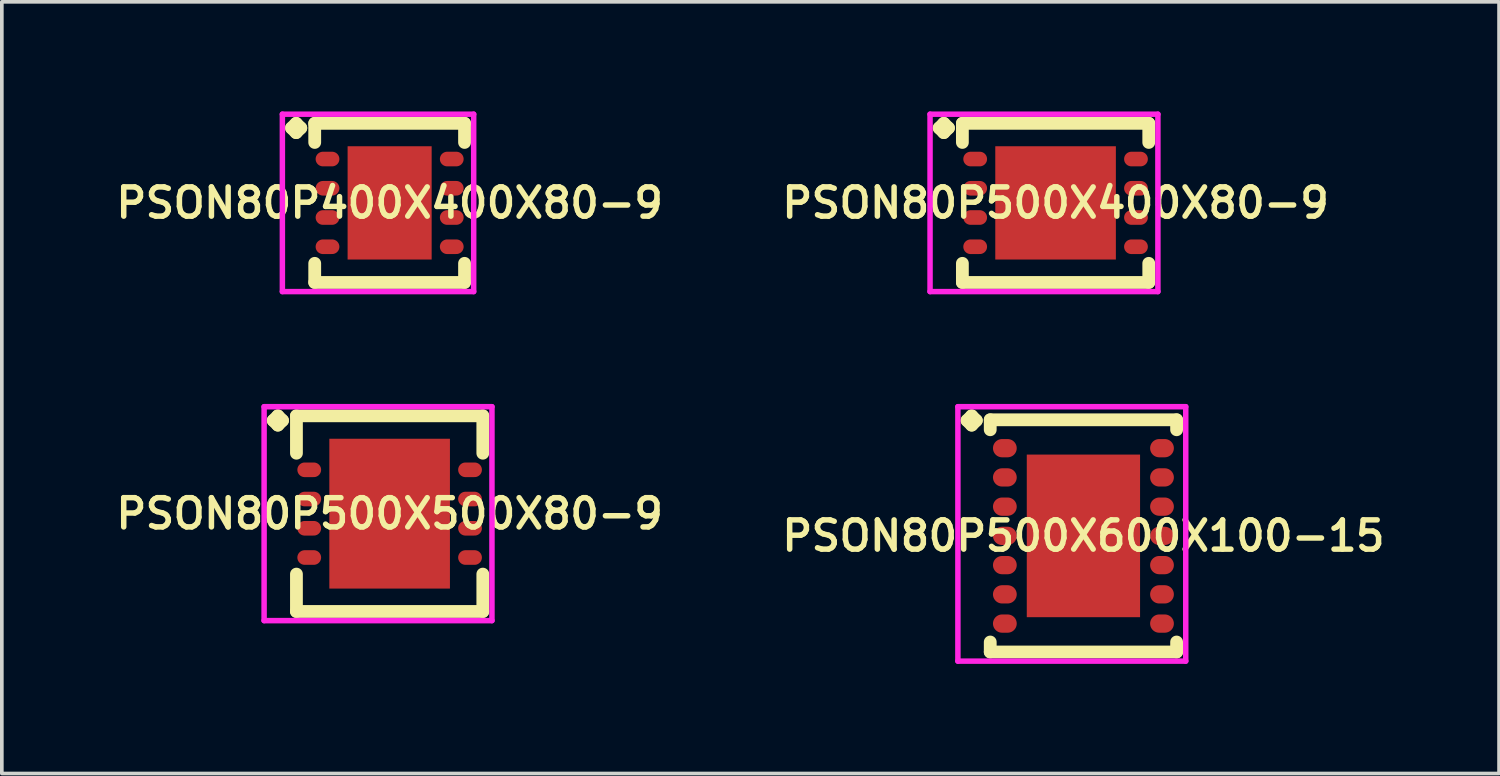
<source format=kicad_pcb>
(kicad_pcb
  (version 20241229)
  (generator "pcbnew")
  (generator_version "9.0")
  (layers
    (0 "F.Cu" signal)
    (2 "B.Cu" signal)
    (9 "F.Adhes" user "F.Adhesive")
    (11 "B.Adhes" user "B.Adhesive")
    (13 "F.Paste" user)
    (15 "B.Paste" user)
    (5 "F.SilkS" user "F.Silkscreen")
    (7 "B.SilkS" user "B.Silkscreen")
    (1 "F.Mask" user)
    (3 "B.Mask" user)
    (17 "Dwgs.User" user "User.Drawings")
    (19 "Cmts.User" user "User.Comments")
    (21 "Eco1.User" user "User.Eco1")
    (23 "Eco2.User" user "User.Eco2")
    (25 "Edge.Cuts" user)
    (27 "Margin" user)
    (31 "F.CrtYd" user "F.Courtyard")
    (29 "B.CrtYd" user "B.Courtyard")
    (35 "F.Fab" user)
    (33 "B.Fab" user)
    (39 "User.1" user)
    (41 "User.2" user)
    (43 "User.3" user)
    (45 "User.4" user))
  (footprint "PSON80P400X400X80-9"
    (layer "F.Cu")
    (at 7.612 2.502)
    (property "Reference" "PSON80P400X400X80-9" (at 0 0 0) (layer "F.SilkS") (effects (font (size 0.8 0.8) (thickness 0.15))))
    (attr smd)
    (fp_line (start -2.685 -2.05) (end -2.558 -2.177) (stroke (width 0.35) (type solid)) (layer "F.SilkS"))
    (fp_line (start -2.558 -2.177) (end -2.431 -2.05) (stroke (width 0.35) (type solid)) (layer "F.SilkS"))
    (fp_line (start -2.558 -1.923) (end -2.685 -2.05) (stroke (width 0.35) (type solid)) (layer "F.SilkS"))
    (fp_line (start -2.431 -2.05) (end -2.558 -1.923) (stroke (width 0.35) (type solid)) (layer "F.SilkS"))
    (fp_line (start -2.05 -2.177) (end 2.05 -2.177) (stroke (width 0.35) (type solid)) (layer "F.SilkS"))
    (fp_line (start -2.05 -1.654) (end -2.05 -2.177) (stroke (width 0.35) (type solid)) (layer "F.SilkS"))
    (fp_line (start -2.05 1.654) (end -2.05 2.177) (stroke (width 0.35) (type solid)) (layer "F.SilkS"))
    (fp_line (start -2.05 2.177) (end 2.05 2.177) (stroke (width 0.35) (type solid)) (layer "F.SilkS"))
    (fp_line (start 2.05 -2.177) (end 2.05 -1.654) (stroke (width 0.35) (type solid)) (layer "F.SilkS"))
    (fp_line (start 2.05 2.177) (end 2.05 1.654) (stroke (width 0.35) (type solid)) (layer "F.SilkS"))
    (fp_line (start -2.935 -2.427) (end 2.3 -2.427) (stroke (width 0.15) (type solid)) (layer "F.CrtYd"))
    (fp_line (start -2.935 2.427) (end -2.935 -2.427) (stroke (width 0.15) (type solid)) (layer "F.CrtYd"))
    (fp_line (start 2.3 -2.427) (end 2.3 2.427) (stroke (width 0.15) (type solid)) (layer "F.CrtYd"))
    (fp_line (start 2.3 2.427) (end -2.935 2.427) (stroke (width 0.15) (type solid)) (layer "F.CrtYd"))
    (pad "1" smd oval (at -1.7 -1.2) (size 0.65 0.4) (layers "F.Cu" "F.Mask" "F.Paste"))
    (pad "2" smd oval (at -1.7 -0.4) (size 0.65 0.4) (layers "F.Cu" "F.Mask" "F.Paste"))
    (pad "3" smd oval (at -1.7 0.4) (size 0.65 0.4) (layers "F.Cu" "F.Mask" "F.Paste"))
    (pad "4" smd oval (at -1.7 1.2) (size 0.65 0.4) (layers "F.Cu" "F.Mask" "F.Paste"))
    (pad "5" smd oval (at 1.7 1.2) (size 0.65 0.4) (layers "F.Cu" "F.Mask" "F.Paste"))
    (pad "6" smd oval (at 1.7 0.4) (size 0.65 0.4) (layers "F.Cu" "F.Mask" "F.Paste"))
    (pad "7" smd oval (at 1.7 -0.4) (size 0.65 0.4) (layers "F.Cu" "F.Mask" "F.Paste"))
    (pad "8" smd oval (at 1.7 -1.2) (size 0.65 0.4) (layers "F.Cu" "F.Mask" "F.Paste"))
    (pad "9" smd rect (at 0 0) (size 2.3 3.1) (layers "F.Cu" "F.Mask" "F.Paste")))
  (footprint "PSON80P500X400X80-9"
    (layer "F.Cu")
    (at 25.835 2.502)
    (property "Reference" "PSON80P500X400X80-9" (at 0 0 0) (layer "F.SilkS") (effects (font (size 0.8 0.8) (thickness 0.15))))
    (attr smd)
    (fp_line (start -3.185 -2.05) (end -3.058 -2.177) (stroke (width 0.35) (type solid)) (layer "F.SilkS"))
    (fp_line (start -3.058 -2.177) (end -2.931 -2.05) (stroke (width 0.35) (type solid)) (layer "F.SilkS"))
    (fp_line (start -3.058 -1.923) (end -3.185 -2.05) (stroke (width 0.35) (type solid)) (layer "F.SilkS"))
    (fp_line (start -2.931 -2.05) (end -3.058 -1.923) (stroke (width 0.35) (type solid)) (layer "F.SilkS"))
    (fp_line (start -2.55 -2.177) (end 2.55 -2.177) (stroke (width 0.35) (type solid)) (layer "F.SilkS"))
    (fp_line (start -2.55 -1.654) (end -2.55 -2.177) (stroke (width 0.35) (type solid)) (layer "F.SilkS"))
    (fp_line (start -2.55 1.654) (end -2.55 2.177) (stroke (width 0.35) (type solid)) (layer "F.SilkS"))
    (fp_line (start -2.55 2.177) (end 2.55 2.177) (stroke (width 0.35) (type solid)) (layer "F.SilkS"))
    (fp_line (start 2.55 -2.177) (end 2.55 -1.654) (stroke (width 0.35) (type solid)) (layer "F.SilkS"))
    (fp_line (start 2.55 2.177) (end 2.55 1.654) (stroke (width 0.35) (type solid)) (layer "F.SilkS"))
    (fp_line (start -3.435 -2.427) (end 2.8 -2.427) (stroke (width 0.15) (type solid)) (layer "F.CrtYd"))
    (fp_line (start -3.435 2.427) (end -3.435 -2.427) (stroke (width 0.15) (type solid)) (layer "F.CrtYd"))
    (fp_line (start 2.8 -2.427) (end 2.8 2.427) (stroke (width 0.15) (type solid)) (layer "F.CrtYd"))
    (fp_line (start 2.8 2.427) (end -3.435 2.427) (stroke (width 0.15) (type solid)) (layer "F.CrtYd"))
    (pad "1" smd oval (at -2.2 -1.2) (size 0.65 0.4) (layers "F.Cu" "F.Mask" "F.Paste"))
    (pad "2" smd oval (at -2.2 -0.4) (size 0.65 0.4) (layers "F.Cu" "F.Mask" "F.Paste"))
    (pad "3" smd oval (at -2.2 0.4) (size 0.65 0.4) (layers "F.Cu" "F.Mask" "F.Paste"))
    (pad "4" smd oval (at -2.2 1.2) (size 0.65 0.4) (layers "F.Cu" "F.Mask" "F.Paste"))
    (pad "5" smd oval (at 2.2 1.2) (size 0.65 0.4) (layers "F.Cu" "F.Mask" "F.Paste"))
    (pad "6" smd oval (at 2.2 0.4) (size 0.65 0.4) (layers "F.Cu" "F.Mask" "F.Paste"))
    (pad "7" smd oval (at 2.2 -0.4) (size 0.65 0.4) (layers "F.Cu" "F.Mask" "F.Paste"))
    (pad "8" smd oval (at 2.2 -1.2) (size 0.65 0.4) (layers "F.Cu" "F.Mask" "F.Paste"))
    (pad "9" smd rect (at 0 0) (size 3.3 3.1) (layers "F.Cu" "F.Mask" "F.Paste")))
  (footprint "PSON80P500X600X100-15"
    (layer "F.Cu")
    (at 26.597 11.614)
    (property "Reference" "PSON80P500X600X100-15" (at 0 0 0) (layer "F.SilkS") (effects (font (size 0.8 0.8) (thickness 0.15))))
    (attr smd)
    (fp_line (start -3.185 -3.158) (end -3.058 -3.285) (stroke (width 0.35) (type solid)) (layer "F.SilkS"))
    (fp_line (start -3.058 -3.285) (end -2.931 -3.158) (stroke (width 0.35) (type solid)) (layer "F.SilkS"))
    (fp_line (start -3.058 -3.031) (end -3.185 -3.158) (stroke (width 0.35) (type solid)) (layer "F.SilkS"))
    (fp_line (start -2.931 -3.158) (end -3.058 -3.031) (stroke (width 0.35) (type solid)) (layer "F.SilkS"))
    (fp_line (start -2.55 -3.177) (end 2.55 -3.177) (stroke (width 0.35) (type solid)) (layer "F.SilkS"))
    (fp_line (start -2.55 -2.904) (end -2.55 -3.177) (stroke (width 0.35) (type solid)) (layer "F.SilkS"))
    (fp_line (start -2.55 2.904) (end -2.55 3.177) (stroke (width 0.35) (type solid)) (layer "F.SilkS"))
    (fp_line (start -2.55 3.177) (end 2.55 3.177) (stroke (width 0.35) (type solid)) (layer "F.SilkS"))
    (fp_line (start 2.55 -3.177) (end 2.55 -2.904) (stroke (width 0.35) (type solid)) (layer "F.SilkS"))
    (fp_line (start 2.55 3.177) (end 2.55 2.904) (stroke (width 0.35) (type solid)) (layer "F.SilkS"))
    (fp_line (start -3.435 -3.535) (end 2.8 -3.535) (stroke (width 0.15) (type solid)) (layer "F.CrtYd"))
    (fp_line (start -3.435 3.427) (end -3.435 -3.535) (stroke (width 0.15) (type solid)) (layer "F.CrtYd"))
    (fp_line (start 2.8 -3.535) (end 2.8 3.427) (stroke (width 0.15) (type solid)) (layer "F.CrtYd"))
    (fp_line (start 2.8 3.427) (end -3.435 3.427) (stroke (width 0.15) (type solid)) (layer "F.CrtYd"))
    (pad "1" smd oval (at -2.15 -2.4) (size 0.65 0.5) (layers "F.Cu" "F.Mask" "F.Paste"))
    (pad "2" smd oval (at -2.15 -1.6) (size 0.65 0.5) (layers "F.Cu" "F.Mask" "F.Paste"))
    (pad "3" smd oval (at -2.15 -0.8) (size 0.65 0.5) (layers "F.Cu" "F.Mask" "F.Paste"))
    (pad "4" smd oval (at -2.15 0) (size 0.65 0.5) (layers "F.Cu" "F.Mask" "F.Paste"))
    (pad "5" smd oval (at -2.15 0.8) (size 0.65 0.5) (layers "F.Cu" "F.Mask" "F.Paste"))
    (pad "6" smd oval (at -2.15 1.6) (size 0.65 0.5) (layers "F.Cu" "F.Mask" "F.Paste"))
    (pad "7" smd oval (at -2.15 2.4) (size 0.65 0.5) (layers "F.Cu" "F.Mask" "F.Paste"))
    (pad "8" smd oval (at 2.15 2.4) (size 0.65 0.5) (layers "F.Cu" "F.Mask" "F.Paste"))
    (pad "9" smd oval (at 2.15 1.6) (size 0.65 0.5) (layers "F.Cu" "F.Mask" "F.Paste"))
    (pad "10" smd oval (at 2.15 0.8) (size 0.65 0.5) (layers "F.Cu" "F.Mask" "F.Paste"))
    (pad "11" smd oval (at 2.15 0) (size 0.65 0.5) (layers "F.Cu" "F.Mask" "F.Paste"))
    (pad "12" smd oval (at 2.15 -0.8) (size 0.65 0.5) (layers "F.Cu" "F.Mask" "F.Paste"))
    (pad "13" smd oval (at 2.15 -1.6) (size 0.65 0.5) (layers "F.Cu" "F.Mask" "F.Paste"))
    (pad "14" smd oval (at 2.15 -2.4) (size 0.65 0.5) (layers "F.Cu" "F.Mask" "F.Paste"))
    (pad "15" smd rect (at 0 0) (size 3.1 4.45) (layers "F.Cu" "F.Mask" "F.Paste")))
  (footprint "PSON80P500X500X80-9"
    (layer "F.Cu")
    (at 7.612 11.006)
    (property "Reference" "PSON80P500X500X80-9" (at 0 0 0) (layer "F.SilkS") (effects (font (size 0.8 0.8) (thickness 0.15))))
    (attr smd)
    (fp_line (start -3.185 -2.55) (end -3.058 -2.677) (stroke (width 0.35) (type solid)) (layer "F.SilkS"))
    (fp_line (start -3.058 -2.677) (end -2.931 -2.55) (stroke (width 0.35) (type solid)) (layer "F.SilkS"))
    (fp_line (start -3.058 -2.423) (end -3.185 -2.55) (stroke (width 0.35) (type solid)) (layer "F.SilkS"))
    (fp_line (start -2.931 -2.55) (end -3.058 -2.423) (stroke (width 0.35) (type solid)) (layer "F.SilkS"))
    (fp_line (start -2.55 -2.677) (end 2.55 -2.677) (stroke (width 0.35) (type solid)) (layer "F.SilkS"))
    (fp_line (start -2.55 -1.654) (end -2.55 -2.677) (stroke (width 0.35) (type solid)) (layer "F.SilkS"))
    (fp_line (start -2.55 1.654) (end -2.55 2.677) (stroke (width 0.35) (type solid)) (layer "F.SilkS"))
    (fp_line (start -2.55 2.677) (end 2.55 2.677) (stroke (width 0.35) (type solid)) (layer "F.SilkS"))
    (fp_line (start 2.55 -2.677) (end 2.55 -1.654) (stroke (width 0.35) (type solid)) (layer "F.SilkS"))
    (fp_line (start 2.55 2.677) (end 2.55 1.654) (stroke (width 0.35) (type solid)) (layer "F.SilkS"))
    (fp_line (start -3.435 -2.927) (end 2.8 -2.927) (stroke (width 0.15) (type solid)) (layer "F.CrtYd"))
    (fp_line (start -3.435 2.927) (end -3.435 -2.927) (stroke (width 0.15) (type solid)) (layer "F.CrtYd"))
    (fp_line (start 2.8 -2.927) (end 2.8 2.927) (stroke (width 0.15) (type solid)) (layer "F.CrtYd"))
    (fp_line (start 2.8 2.927) (end -3.435 2.927) (stroke (width 0.15) (type solid)) (layer "F.CrtYd"))
    (pad "1" smd oval (at -2.2 -1.2) (size 0.65 0.4) (layers "F.Cu" "F.Mask" "F.Paste"))
    (pad "2" smd oval (at -2.2 -0.4) (size 0.65 0.4) (layers "F.Cu" "F.Mask" "F.Paste"))
    (pad "3" smd oval (at -2.2 0.4) (size 0.65 0.4) (layers "F.Cu" "F.Mask" "F.Paste"))
    (pad "4" smd oval (at -2.2 1.2) (size 0.65 0.4) (layers "F.Cu" "F.Mask" "F.Paste"))
    (pad "5" smd oval (at 2.2 1.2) (size 0.65 0.4) (layers "F.Cu" "F.Mask" "F.Paste"))
    (pad "6" smd oval (at 2.2 0.4) (size 0.65 0.4) (layers "F.Cu" "F.Mask" "F.Paste"))
    (pad "7" smd oval (at 2.2 -0.4) (size 0.65 0.4) (layers "F.Cu" "F.Mask" "F.Paste"))
    (pad "8" smd oval (at 2.2 -1.2) (size 0.65 0.4) (layers "F.Cu" "F.Mask" "F.Paste"))
    (pad "9" smd rect (at 0 0) (size 3.3 4.1) (layers "F.Cu" "F.Mask" "F.Paste")))
  (gr_rect
    (start -3 -3)
    (end 37.97 18.116)
    (stroke (width 0.1) (type default))
    (fill no)
    (layer "Edge.Cuts")))
</source>
